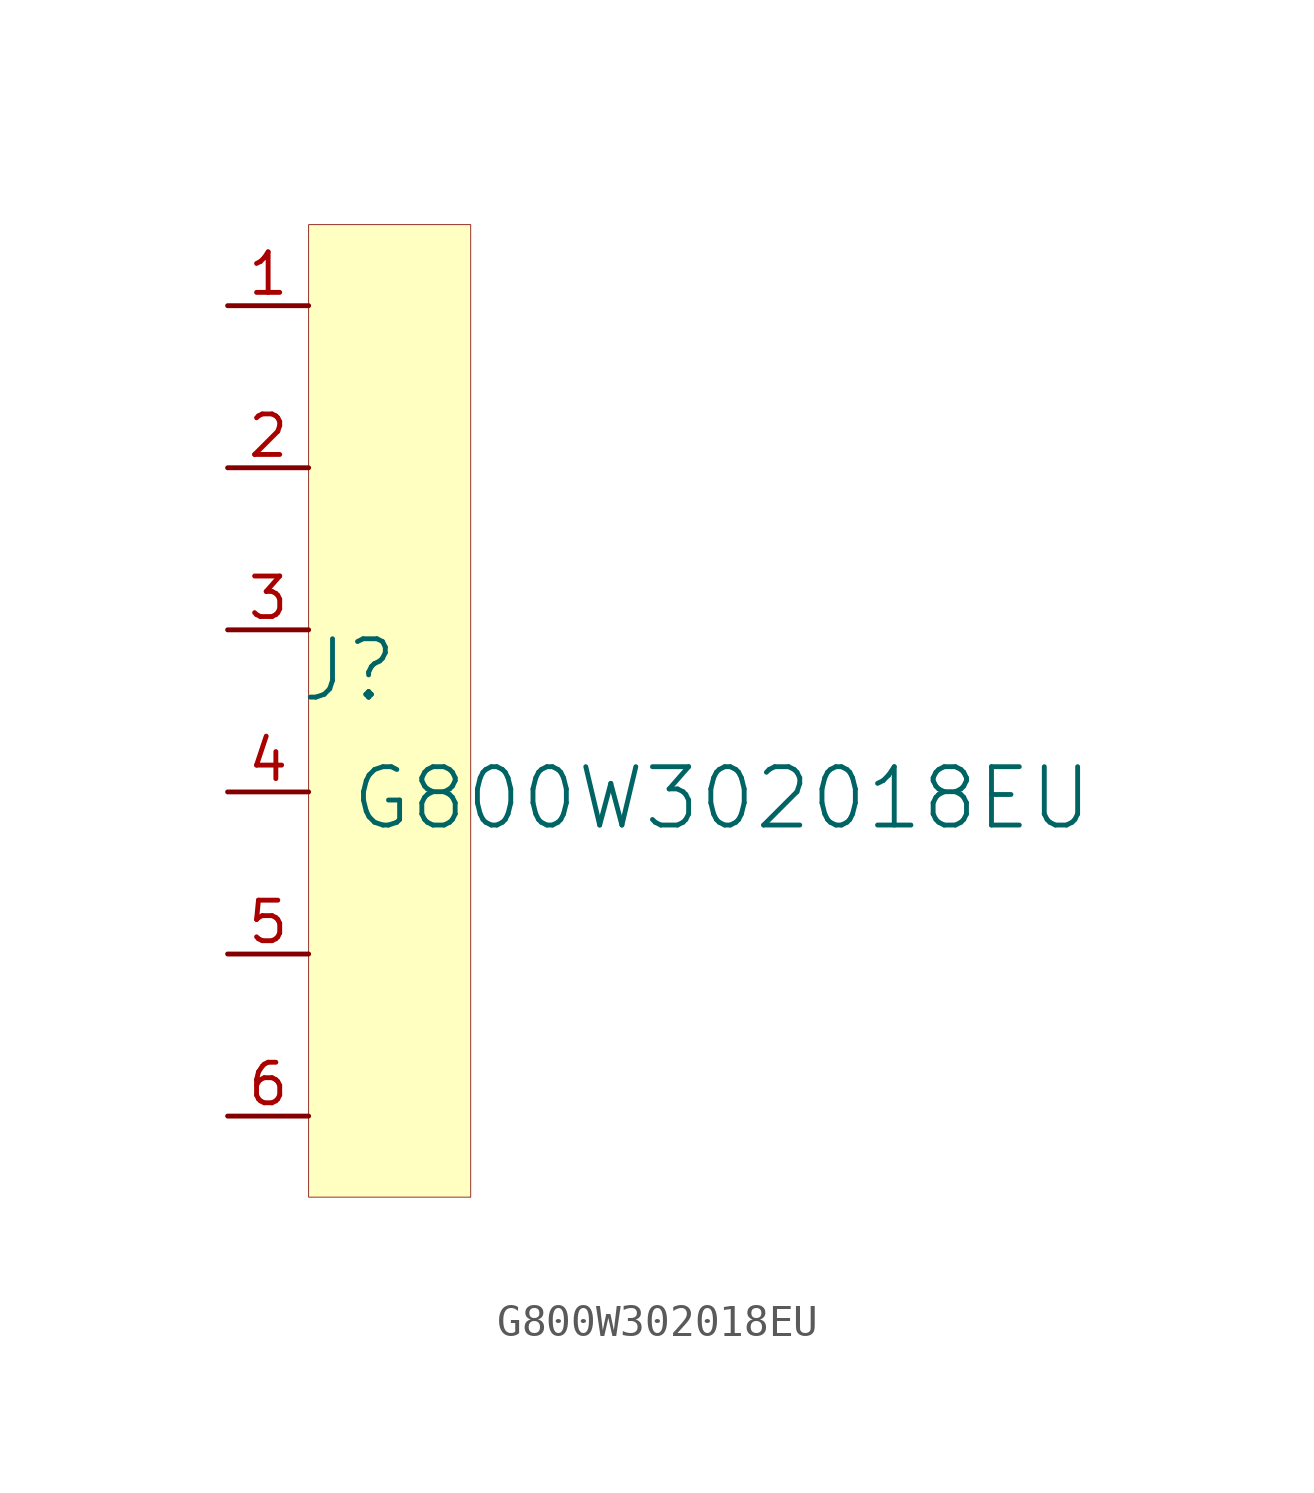
<source format=kicad_sym>
(kicad_symbol_lib
  (version 20231120)
  (generator "kicad_symbol_editor")
  (generator_version "8.0")
  (symbol "G800W302018EU"
    (property "Reference" "J"
      (at -1.27 1.27 0)
      (effects (font (size 1.829 1.829))))
    (property "Value" "G800W302018EU"
      (at -1.27 -3.81 0)
      (effects (font (size 1.829 1.829)) (justify left bottom)))
    (symbol "G800W302018EU_1_0"
      (rectangle (start 2.54 15.24) (end -2.54 -15.24) (stroke (width 0.025) (type solid) (color 128 0 0 1)) (fill (type background)))
      (pin passive line (at -5.08 12.7 0) (length 2.54) (name "1" (effects (font (size 0 0)))) (number "1" (effects (font (size 1.27 1.27)))))
      (pin passive line (at -5.08 7.62 0) (length 2.54) (name "2" (effects (font (size 0 0)))) (number "2" (effects (font (size 1.27 1.27)))))
      (pin passive line (at -5.08 2.54 0) (length 2.54) (name "3" (effects (font (size 0 0)))) (number "3" (effects (font (size 1.27 1.27)))))
      (pin passive line (at -5.08 -2.54 0) (length 2.54) (name "4" (effects (font (size 0 0)))) (number "4" (effects (font (size 1.27 1.27)))))
      (pin passive line (at -5.08 -7.62 0) (length 2.54) (name "5" (effects (font (size 0 0)))) (number "5" (effects (font (size 1.27 1.27)))))
      (pin passive line (at -5.08 -12.7 0) (length 2.54) (name "6" (effects (font (size 0 0)))) (number "6" (effects (font (size 1.27 1.27))))))))
</source>
